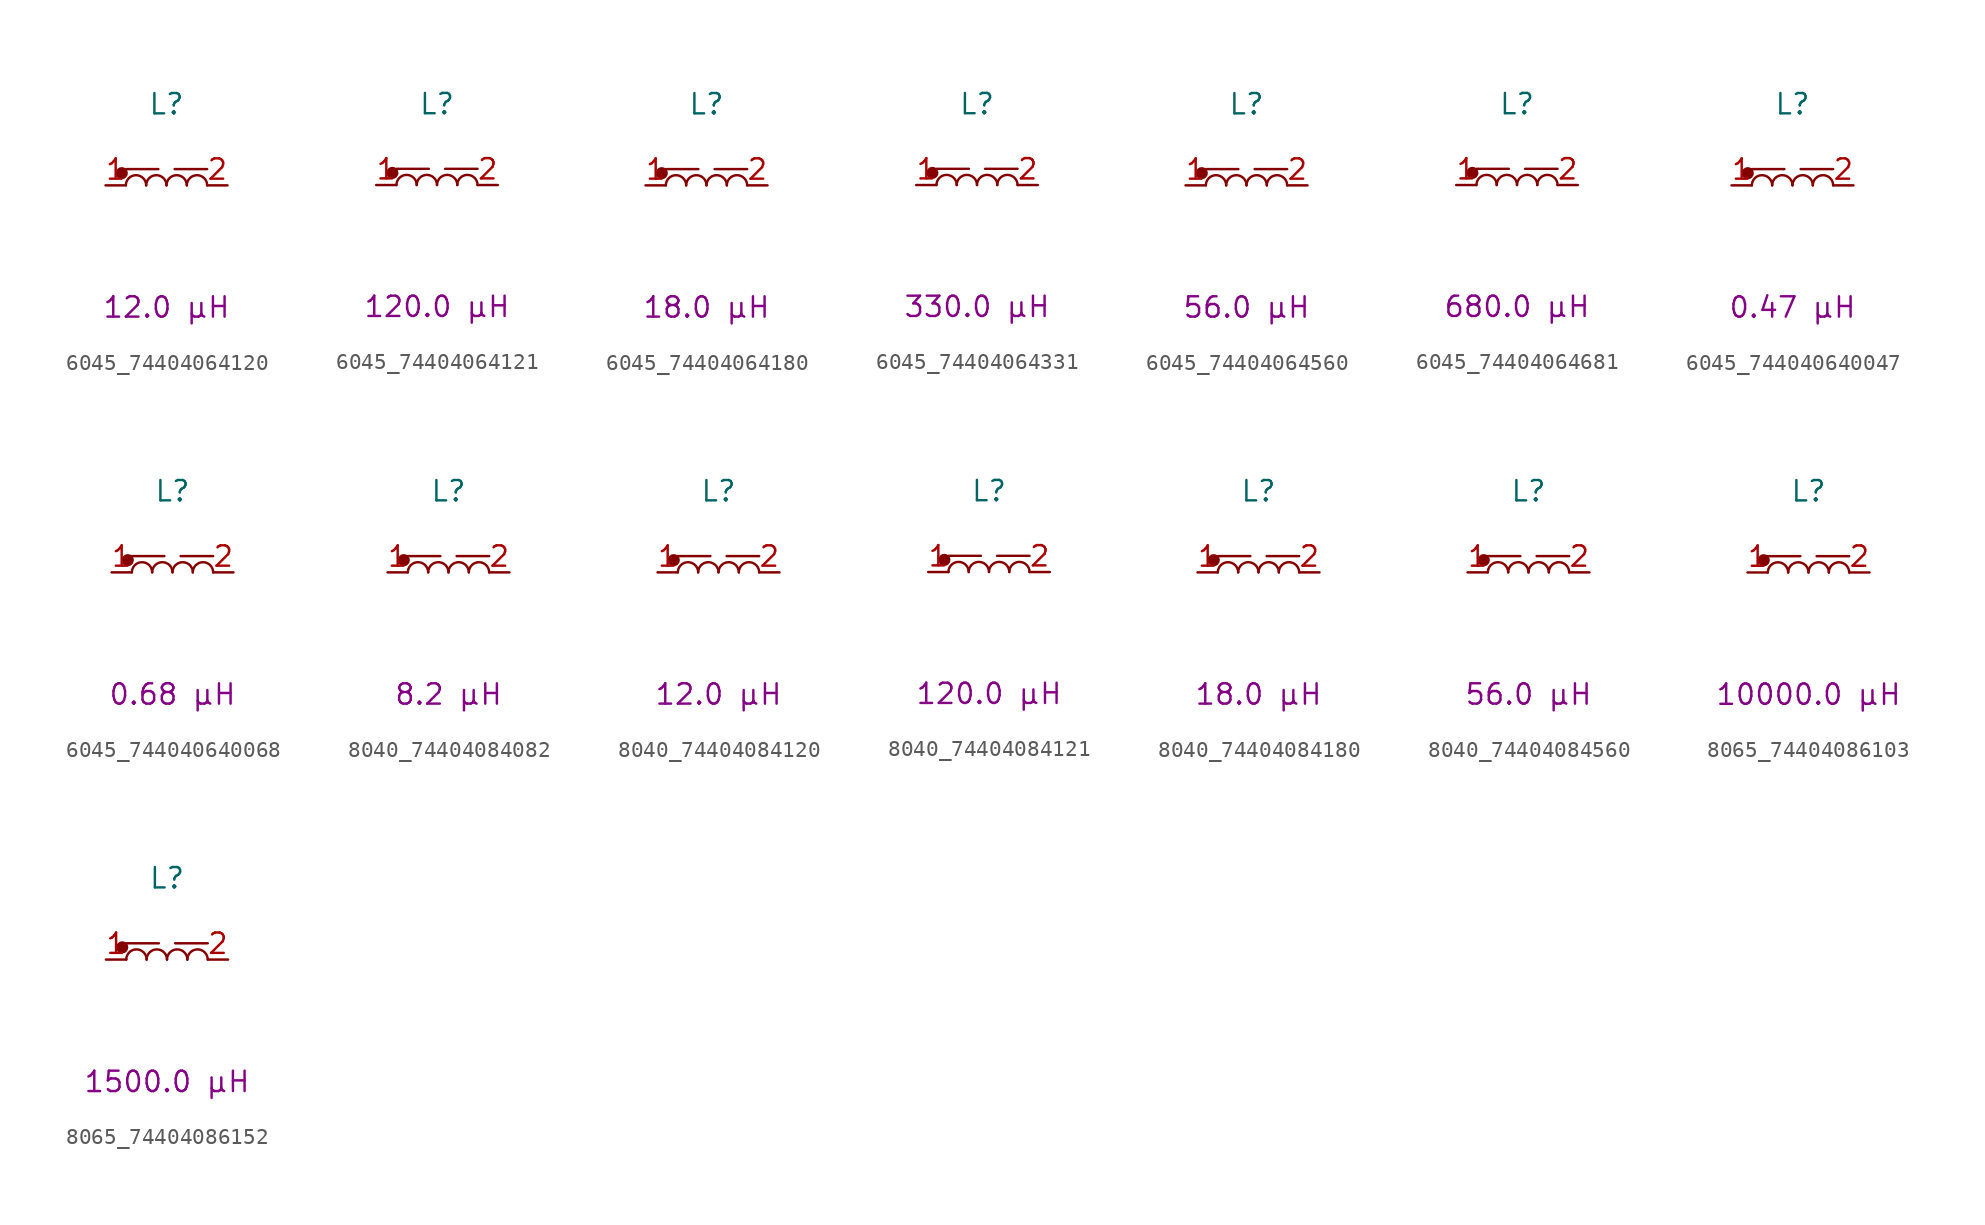
<source format=kicad_sym>
(kicad_symbol_lib
  (version 20220914)
  (generator kicad_symbol_editor)
  (symbol "6045_74404064120"
    (pin_names hide)
    (property "Reference" "L"
      (at 0 5.08 0)
      (effects (font (size 1.27 1.27))))
    (property "Critical Parameter" "12.0 µH"
      (at 0 -7.62 0)
      (effects (font (size 1.27 1.27))))
    (symbol "6045_74404064120_0_1"
      (arc (start -1.27 0) (mid -1.905 0.6323) (end -2.54 0) (stroke (width 0) (type default)) (fill (type none)))
      (arc (start 0 0) (mid -0.635 0.6323) (end -1.27 0) (stroke (width 0) (type default)) (fill (type none)))
      (polyline (pts (xy -2.54 1.016) (xy -0.508 1.016)) (stroke (width 0) (type default)) (fill (type none)))
      (arc (start 1.27 0) (mid 0.635 0.6323) (end 0 0) (stroke (width 0) (type default)) (fill (type none)))
      (arc (start 2.54 0) (mid 1.905 0.6323) (end 1.27 0) (stroke (width 0) (type default)) (fill (type none))))
    (symbol "6045_74404064120_1_1"
      (circle (center -2.794 0.762) (radius 0.0001) (stroke (width 0.381) (type default)) (fill (type none)))
      (polyline (pts (xy 2.54 1.016) (xy 0.508 1.016)) (stroke (width 0) (type default)) (fill (type none)))
      (pin passive line (at -3.81 0 0) (length 1.27) (name "1" (effects (font (size 1.27 1.27)))) (number "1" (effects (font (size 1.27 1.27)))))
      (pin passive line (at 3.81 0 180) (length 1.27) (name "2" (effects (font (size 1.27 1.27)))) (number "2" (effects (font (size 1.27 1.27)))))))
  (symbol "6045_74404064121"
    (pin_names hide)
    (property "Reference" "L"
      (at 0 5.08 0)
      (effects (font (size 1.27 1.27))))
    (property "Critical Parameter" "120.0 µH"
      (at 0 -7.62 0)
      (effects (font (size 1.27 1.27))))
    (symbol "6045_74404064121_0_1"
      (arc (start -1.27 0) (mid -1.905 0.6323) (end -2.54 0) (stroke (width 0) (type default)) (fill (type none)))
      (arc (start 0 0) (mid -0.635 0.6323) (end -1.27 0) (stroke (width 0) (type default)) (fill (type none)))
      (polyline (pts (xy -2.54 1.016) (xy -0.508 1.016)) (stroke (width 0) (type default)) (fill (type none)))
      (arc (start 1.27 0) (mid 0.635 0.6323) (end 0 0) (stroke (width 0) (type default)) (fill (type none)))
      (arc (start 2.54 0) (mid 1.905 0.6323) (end 1.27 0) (stroke (width 0) (type default)) (fill (type none))))
    (symbol "6045_74404064121_1_1"
      (circle (center -2.794 0.762) (radius 0.0001) (stroke (width 0.381) (type default)) (fill (type none)))
      (polyline (pts (xy 2.54 1.016) (xy 0.508 1.016)) (stroke (width 0) (type default)) (fill (type none)))
      (pin passive line (at -3.81 0 0) (length 1.27) (name "1" (effects (font (size 1.27 1.27)))) (number "1" (effects (font (size 1.27 1.27)))))
      (pin passive line (at 3.81 0 180) (length 1.27) (name "2" (effects (font (size 1.27 1.27)))) (number "2" (effects (font (size 1.27 1.27)))))))
  (symbol "6045_74404064180"
    (pin_names hide)
    (property "Reference" "L"
      (at 0 5.08 0)
      (effects (font (size 1.27 1.27))))
    (property "Critical Parameter" "18.0 µH"
      (at 0 -7.62 0)
      (effects (font (size 1.27 1.27))))
    (symbol "6045_74404064180_0_1"
      (arc (start -1.27 0) (mid -1.905 0.6323) (end -2.54 0) (stroke (width 0) (type default)) (fill (type none)))
      (arc (start 0 0) (mid -0.635 0.6323) (end -1.27 0) (stroke (width 0) (type default)) (fill (type none)))
      (polyline (pts (xy -2.54 1.016) (xy -0.508 1.016)) (stroke (width 0) (type default)) (fill (type none)))
      (arc (start 1.27 0) (mid 0.635 0.6323) (end 0 0) (stroke (width 0) (type default)) (fill (type none)))
      (arc (start 2.54 0) (mid 1.905 0.6323) (end 1.27 0) (stroke (width 0) (type default)) (fill (type none))))
    (symbol "6045_74404064180_1_1"
      (circle (center -2.794 0.762) (radius 0.0001) (stroke (width 0.381) (type default)) (fill (type none)))
      (polyline (pts (xy 2.54 1.016) (xy 0.508 1.016)) (stroke (width 0) (type default)) (fill (type none)))
      (pin passive line (at -3.81 0 0) (length 1.27) (name "1" (effects (font (size 1.27 1.27)))) (number "1" (effects (font (size 1.27 1.27)))))
      (pin passive line (at 3.81 0 180) (length 1.27) (name "2" (effects (font (size 1.27 1.27)))) (number "2" (effects (font (size 1.27 1.27)))))))
  (symbol "6045_74404064331"
    (pin_names hide)
    (property "Reference" "L"
      (at 0 5.08 0)
      (effects (font (size 1.27 1.27))))
    (property "Critical Parameter" "330.0 µH"
      (at 0 -7.62 0)
      (effects (font (size 1.27 1.27))))
    (symbol "6045_74404064331_0_1"
      (arc (start -1.27 0) (mid -1.905 0.6323) (end -2.54 0) (stroke (width 0) (type default)) (fill (type none)))
      (arc (start 0 0) (mid -0.635 0.6323) (end -1.27 0) (stroke (width 0) (type default)) (fill (type none)))
      (polyline (pts (xy -2.54 1.016) (xy -0.508 1.016)) (stroke (width 0) (type default)) (fill (type none)))
      (arc (start 1.27 0) (mid 0.635 0.6323) (end 0 0) (stroke (width 0) (type default)) (fill (type none)))
      (arc (start 2.54 0) (mid 1.905 0.6323) (end 1.27 0) (stroke (width 0) (type default)) (fill (type none))))
    (symbol "6045_74404064331_1_1"
      (circle (center -2.794 0.762) (radius 0.0001) (stroke (width 0.381) (type default)) (fill (type none)))
      (polyline (pts (xy 2.54 1.016) (xy 0.508 1.016)) (stroke (width 0) (type default)) (fill (type none)))
      (pin passive line (at -3.81 0 0) (length 1.27) (name "1" (effects (font (size 1.27 1.27)))) (number "1" (effects (font (size 1.27 1.27)))))
      (pin passive line (at 3.81 0 180) (length 1.27) (name "2" (effects (font (size 1.27 1.27)))) (number "2" (effects (font (size 1.27 1.27)))))))
  (symbol "6045_74404064560"
    (pin_names hide)
    (property "Reference" "L"
      (at 0 5.08 0)
      (effects (font (size 1.27 1.27))))
    (property "Critical Parameter" "56.0 µH"
      (at 0 -7.62 0)
      (effects (font (size 1.27 1.27))))
    (symbol "6045_74404064560_0_1"
      (arc (start -1.27 0) (mid -1.905 0.6323) (end -2.54 0) (stroke (width 0) (type default)) (fill (type none)))
      (arc (start 0 0) (mid -0.635 0.6323) (end -1.27 0) (stroke (width 0) (type default)) (fill (type none)))
      (polyline (pts (xy -2.54 1.016) (xy -0.508 1.016)) (stroke (width 0) (type default)) (fill (type none)))
      (arc (start 1.27 0) (mid 0.635 0.6323) (end 0 0) (stroke (width 0) (type default)) (fill (type none)))
      (arc (start 2.54 0) (mid 1.905 0.6323) (end 1.27 0) (stroke (width 0) (type default)) (fill (type none))))
    (symbol "6045_74404064560_1_1"
      (circle (center -2.794 0.762) (radius 0.0001) (stroke (width 0.381) (type default)) (fill (type none)))
      (polyline (pts (xy 2.54 1.016) (xy 0.508 1.016)) (stroke (width 0) (type default)) (fill (type none)))
      (pin passive line (at -3.81 0 0) (length 1.27) (name "1" (effects (font (size 1.27 1.27)))) (number "1" (effects (font (size 1.27 1.27)))))
      (pin passive line (at 3.81 0 180) (length 1.27) (name "2" (effects (font (size 1.27 1.27)))) (number "2" (effects (font (size 1.27 1.27)))))))
  (symbol "6045_74404064681"
    (pin_names hide)
    (property "Reference" "L"
      (at 0 5.08 0)
      (effects (font (size 1.27 1.27))))
    (property "Critical Parameter" "680.0 µH"
      (at 0 -7.62 0)
      (effects (font (size 1.27 1.27))))
    (symbol "6045_74404064681_0_1"
      (arc (start -1.27 0) (mid -1.905 0.6323) (end -2.54 0) (stroke (width 0) (type default)) (fill (type none)))
      (arc (start 0 0) (mid -0.635 0.6323) (end -1.27 0) (stroke (width 0) (type default)) (fill (type none)))
      (polyline (pts (xy -2.54 1.016) (xy -0.508 1.016)) (stroke (width 0) (type default)) (fill (type none)))
      (arc (start 1.27 0) (mid 0.635 0.6323) (end 0 0) (stroke (width 0) (type default)) (fill (type none)))
      (arc (start 2.54 0) (mid 1.905 0.6323) (end 1.27 0) (stroke (width 0) (type default)) (fill (type none))))
    (symbol "6045_74404064681_1_1"
      (circle (center -2.794 0.762) (radius 0.0001) (stroke (width 0.381) (type default)) (fill (type none)))
      (polyline (pts (xy 2.54 1.016) (xy 0.508 1.016)) (stroke (width 0) (type default)) (fill (type none)))
      (pin passive line (at -3.81 0 0) (length 1.27) (name "1" (effects (font (size 1.27 1.27)))) (number "1" (effects (font (size 1.27 1.27)))))
      (pin passive line (at 3.81 0 180) (length 1.27) (name "2" (effects (font (size 1.27 1.27)))) (number "2" (effects (font (size 1.27 1.27)))))))
  (symbol "6045_744040640047"
    (pin_names hide)
    (property "Reference" "L"
      (at 0 5.08 0)
      (effects (font (size 1.27 1.27))))
    (property "Critical Parameter" "0.47 µH"
      (at 0 -7.62 0)
      (effects (font (size 1.27 1.27))))
    (symbol "6045_744040640047_0_1"
      (arc (start -1.27 0) (mid -1.905 0.6323) (end -2.54 0) (stroke (width 0) (type default)) (fill (type none)))
      (arc (start 0 0) (mid -0.635 0.6323) (end -1.27 0) (stroke (width 0) (type default)) (fill (type none)))
      (polyline (pts (xy -2.54 1.016) (xy -0.508 1.016)) (stroke (width 0) (type default)) (fill (type none)))
      (arc (start 1.27 0) (mid 0.635 0.6323) (end 0 0) (stroke (width 0) (type default)) (fill (type none)))
      (arc (start 2.54 0) (mid 1.905 0.6323) (end 1.27 0) (stroke (width 0) (type default)) (fill (type none))))
    (symbol "6045_744040640047_1_1"
      (circle (center -2.794 0.762) (radius 0.0001) (stroke (width 0.381) (type default)) (fill (type none)))
      (polyline (pts (xy 2.54 1.016) (xy 0.508 1.016)) (stroke (width 0) (type default)) (fill (type none)))
      (pin passive line (at -3.81 0 0) (length 1.27) (name "1" (effects (font (size 1.27 1.27)))) (number "1" (effects (font (size 1.27 1.27)))))
      (pin passive line (at 3.81 0 180) (length 1.27) (name "2" (effects (font (size 1.27 1.27)))) (number "2" (effects (font (size 1.27 1.27)))))))
  (symbol "6045_744040640068"
    (pin_names hide)
    (property "Reference" "L"
      (at 0 5.08 0)
      (effects (font (size 1.27 1.27))))
    (property "Critical Parameter" "0.68 µH"
      (at 0 -7.62 0)
      (effects (font (size 1.27 1.27))))
    (symbol "6045_744040640068_0_1"
      (arc (start -1.27 0) (mid -1.905 0.6323) (end -2.54 0) (stroke (width 0) (type default)) (fill (type none)))
      (arc (start 0 0) (mid -0.635 0.6323) (end -1.27 0) (stroke (width 0) (type default)) (fill (type none)))
      (polyline (pts (xy -2.54 1.016) (xy -0.508 1.016)) (stroke (width 0) (type default)) (fill (type none)))
      (arc (start 1.27 0) (mid 0.635 0.6323) (end 0 0) (stroke (width 0) (type default)) (fill (type none)))
      (arc (start 2.54 0) (mid 1.905 0.6323) (end 1.27 0) (stroke (width 0) (type default)) (fill (type none))))
    (symbol "6045_744040640068_1_1"
      (circle (center -2.794 0.762) (radius 0.0001) (stroke (width 0.381) (type default)) (fill (type none)))
      (polyline (pts (xy 2.54 1.016) (xy 0.508 1.016)) (stroke (width 0) (type default)) (fill (type none)))
      (pin passive line (at -3.81 0 0) (length 1.27) (name "1" (effects (font (size 1.27 1.27)))) (number "1" (effects (font (size 1.27 1.27)))))
      (pin passive line (at 3.81 0 180) (length 1.27) (name "2" (effects (font (size 1.27 1.27)))) (number "2" (effects (font (size 1.27 1.27)))))))
  (symbol "8040_74404084082"
    (pin_names hide)
    (property "Reference" "L"
      (at 0 5.08 0)
      (effects (font (size 1.27 1.27))))
    (property "Critical Parameter" "8.2 µH"
      (at 0 -7.62 0)
      (effects (font (size 1.27 1.27))))
    (symbol "8040_74404084082_0_1"
      (arc (start -1.27 0) (mid -1.905 0.6323) (end -2.54 0) (stroke (width 0) (type default)) (fill (type none)))
      (arc (start 0 0) (mid -0.635 0.6323) (end -1.27 0) (stroke (width 0) (type default)) (fill (type none)))
      (polyline (pts (xy -2.54 1.016) (xy -0.508 1.016)) (stroke (width 0) (type default)) (fill (type none)))
      (arc (start 1.27 0) (mid 0.635 0.6323) (end 0 0) (stroke (width 0) (type default)) (fill (type none)))
      (arc (start 2.54 0) (mid 1.905 0.6323) (end 1.27 0) (stroke (width 0) (type default)) (fill (type none))))
    (symbol "8040_74404084082_1_1"
      (circle (center -2.794 0.762) (radius 0.0001) (stroke (width 0.381) (type default)) (fill (type none)))
      (polyline (pts (xy 2.54 1.016) (xy 0.508 1.016)) (stroke (width 0) (type default)) (fill (type none)))
      (pin passive line (at -3.81 0 0) (length 1.27) (name "1" (effects (font (size 1.27 1.27)))) (number "1" (effects (font (size 1.27 1.27)))))
      (pin passive line (at 3.81 0 180) (length 1.27) (name "2" (effects (font (size 1.27 1.27)))) (number "2" (effects (font (size 1.27 1.27)))))))
  (symbol "8040_74404084120"
    (pin_names hide)
    (property "Reference" "L"
      (at 0 5.08 0)
      (effects (font (size 1.27 1.27))))
    (property "Critical Parameter" "12.0 µH"
      (at 0 -7.62 0)
      (effects (font (size 1.27 1.27))))
    (symbol "8040_74404084120_0_1"
      (arc (start -1.27 0) (mid -1.905 0.6323) (end -2.54 0) (stroke (width 0) (type default)) (fill (type none)))
      (arc (start 0 0) (mid -0.635 0.6323) (end -1.27 0) (stroke (width 0) (type default)) (fill (type none)))
      (polyline (pts (xy -2.54 1.016) (xy -0.508 1.016)) (stroke (width 0) (type default)) (fill (type none)))
      (arc (start 1.27 0) (mid 0.635 0.6323) (end 0 0) (stroke (width 0) (type default)) (fill (type none)))
      (arc (start 2.54 0) (mid 1.905 0.6323) (end 1.27 0) (stroke (width 0) (type default)) (fill (type none))))
    (symbol "8040_74404084120_1_1"
      (circle (center -2.794 0.762) (radius 0.0001) (stroke (width 0.381) (type default)) (fill (type none)))
      (polyline (pts (xy 2.54 1.016) (xy 0.508 1.016)) (stroke (width 0) (type default)) (fill (type none)))
      (pin passive line (at -3.81 0 0) (length 1.27) (name "1" (effects (font (size 1.27 1.27)))) (number "1" (effects (font (size 1.27 1.27)))))
      (pin passive line (at 3.81 0 180) (length 1.27) (name "2" (effects (font (size 1.27 1.27)))) (number "2" (effects (font (size 1.27 1.27)))))))
  (symbol "8040_74404084121"
    (pin_names hide)
    (property "Reference" "L"
      (at 0 5.08 0)
      (effects (font (size 1.27 1.27))))
    (property "Critical Parameter" "120.0 µH"
      (at 0 -7.62 0)
      (effects (font (size 1.27 1.27))))
    (symbol "8040_74404084121_0_1"
      (arc (start -1.27 0) (mid -1.905 0.6323) (end -2.54 0) (stroke (width 0) (type default)) (fill (type none)))
      (arc (start 0 0) (mid -0.635 0.6323) (end -1.27 0) (stroke (width 0) (type default)) (fill (type none)))
      (polyline (pts (xy -2.54 1.016) (xy -0.508 1.016)) (stroke (width 0) (type default)) (fill (type none)))
      (arc (start 1.27 0) (mid 0.635 0.6323) (end 0 0) (stroke (width 0) (type default)) (fill (type none)))
      (arc (start 2.54 0) (mid 1.905 0.6323) (end 1.27 0) (stroke (width 0) (type default)) (fill (type none))))
    (symbol "8040_74404084121_1_1"
      (circle (center -2.794 0.762) (radius 0.0001) (stroke (width 0.381) (type default)) (fill (type none)))
      (polyline (pts (xy 2.54 1.016) (xy 0.508 1.016)) (stroke (width 0) (type default)) (fill (type none)))
      (pin passive line (at -3.81 0 0) (length 1.27) (name "1" (effects (font (size 1.27 1.27)))) (number "1" (effects (font (size 1.27 1.27)))))
      (pin passive line (at 3.81 0 180) (length 1.27) (name "2" (effects (font (size 1.27 1.27)))) (number "2" (effects (font (size 1.27 1.27)))))))
  (symbol "8040_74404084180"
    (pin_names hide)
    (property "Reference" "L"
      (at 0 5.08 0)
      (effects (font (size 1.27 1.27))))
    (property "Critical Parameter" "18.0 µH"
      (at 0 -7.62 0)
      (effects (font (size 1.27 1.27))))
    (symbol "8040_74404084180_0_1"
      (arc (start -1.27 0) (mid -1.905 0.6323) (end -2.54 0) (stroke (width 0) (type default)) (fill (type none)))
      (arc (start 0 0) (mid -0.635 0.6323) (end -1.27 0) (stroke (width 0) (type default)) (fill (type none)))
      (polyline (pts (xy -2.54 1.016) (xy -0.508 1.016)) (stroke (width 0) (type default)) (fill (type none)))
      (arc (start 1.27 0) (mid 0.635 0.6323) (end 0 0) (stroke (width 0) (type default)) (fill (type none)))
      (arc (start 2.54 0) (mid 1.905 0.6323) (end 1.27 0) (stroke (width 0) (type default)) (fill (type none))))
    (symbol "8040_74404084180_1_1"
      (circle (center -2.794 0.762) (radius 0.0001) (stroke (width 0.381) (type default)) (fill (type none)))
      (polyline (pts (xy 2.54 1.016) (xy 0.508 1.016)) (stroke (width 0) (type default)) (fill (type none)))
      (pin passive line (at -3.81 0 0) (length 1.27) (name "1" (effects (font (size 1.27 1.27)))) (number "1" (effects (font (size 1.27 1.27)))))
      (pin passive line (at 3.81 0 180) (length 1.27) (name "2" (effects (font (size 1.27 1.27)))) (number "2" (effects (font (size 1.27 1.27)))))))
  (symbol "8040_74404084560"
    (pin_names hide)
    (property "Reference" "L"
      (at 0 5.08 0)
      (effects (font (size 1.27 1.27))))
    (property "Critical Parameter" "56.0 µH"
      (at 0 -7.62 0)
      (effects (font (size 1.27 1.27))))
    (symbol "8040_74404084560_0_1"
      (arc (start -1.27 0) (mid -1.905 0.6323) (end -2.54 0) (stroke (width 0) (type default)) (fill (type none)))
      (arc (start 0 0) (mid -0.635 0.6323) (end -1.27 0) (stroke (width 0) (type default)) (fill (type none)))
      (polyline (pts (xy -2.54 1.016) (xy -0.508 1.016)) (stroke (width 0) (type default)) (fill (type none)))
      (arc (start 1.27 0) (mid 0.635 0.6323) (end 0 0) (stroke (width 0) (type default)) (fill (type none)))
      (arc (start 2.54 0) (mid 1.905 0.6323) (end 1.27 0) (stroke (width 0) (type default)) (fill (type none))))
    (symbol "8040_74404084560_1_1"
      (circle (center -2.794 0.762) (radius 0.0001) (stroke (width 0.381) (type default)) (fill (type none)))
      (polyline (pts (xy 2.54 1.016) (xy 0.508 1.016)) (stroke (width 0) (type default)) (fill (type none)))
      (pin passive line (at -3.81 0 0) (length 1.27) (name "1" (effects (font (size 1.27 1.27)))) (number "1" (effects (font (size 1.27 1.27)))))
      (pin passive line (at 3.81 0 180) (length 1.27) (name "2" (effects (font (size 1.27 1.27)))) (number "2" (effects (font (size 1.27 1.27)))))))
  (symbol "8065_74404086103"
    (pin_names hide)
    (property "Reference" "L"
      (at 0 5.08 0)
      (effects (font (size 1.27 1.27))))
    (property "Critical Parameter" "10000.0 µH"
      (at 0 -7.62 0)
      (effects (font (size 1.27 1.27))))
    (symbol "8065_74404086103_0_1"
      (arc (start -1.27 0) (mid -1.905 0.6323) (end -2.54 0) (stroke (width 0) (type default)) (fill (type none)))
      (arc (start 0 0) (mid -0.635 0.6323) (end -1.27 0) (stroke (width 0) (type default)) (fill (type none)))
      (polyline (pts (xy -2.54 1.016) (xy -0.508 1.016)) (stroke (width 0) (type default)) (fill (type none)))
      (arc (start 1.27 0) (mid 0.635 0.6323) (end 0 0) (stroke (width 0) (type default)) (fill (type none)))
      (arc (start 2.54 0) (mid 1.905 0.6323) (end 1.27 0) (stroke (width 0) (type default)) (fill (type none))))
    (symbol "8065_74404086103_1_1"
      (circle (center -2.794 0.762) (radius 0.0001) (stroke (width 0.381) (type default)) (fill (type none)))
      (polyline (pts (xy 2.54 1.016) (xy 0.508 1.016)) (stroke (width 0) (type default)) (fill (type none)))
      (pin passive line (at -3.81 0 0) (length 1.27) (name "1" (effects (font (size 1.27 1.27)))) (number "1" (effects (font (size 1.27 1.27)))))
      (pin passive line (at 3.81 0 180) (length 1.27) (name "2" (effects (font (size 1.27 1.27)))) (number "2" (effects (font (size 1.27 1.27)))))))
  (symbol "8065_74404086152"
    (pin_names hide)
    (property "Reference" "L"
      (at 0 5.08 0)
      (effects (font (size 1.27 1.27))))
    (property "Critical Parameter" "1500.0 µH"
      (at 0 -7.62 0)
      (effects (font (size 1.27 1.27))))
    (symbol "8065_74404086152_0_1"
      (arc (start -1.27 0) (mid -1.905 0.6323) (end -2.54 0) (stroke (width 0) (type default)) (fill (type none)))
      (arc (start 0 0) (mid -0.635 0.6323) (end -1.27 0) (stroke (width 0) (type default)) (fill (type none)))
      (polyline (pts (xy -2.54 1.016) (xy -0.508 1.016)) (stroke (width 0) (type default)) (fill (type none)))
      (arc (start 1.27 0) (mid 0.635 0.6323) (end 0 0) (stroke (width 0) (type default)) (fill (type none)))
      (arc (start 2.54 0) (mid 1.905 0.6323) (end 1.27 0) (stroke (width 0) (type default)) (fill (type none))))
    (symbol "8065_74404086152_1_1"
      (circle (center -2.794 0.762) (radius 0.0001) (stroke (width 0.381) (type default)) (fill (type none)))
      (polyline (pts (xy 2.54 1.016) (xy 0.508 1.016)) (stroke (width 0) (type default)) (fill (type none)))
      (pin passive line (at -3.81 0 0) (length 1.27) (name "1" (effects (font (size 1.27 1.27)))) (number "1" (effects (font (size 1.27 1.27)))))
      (pin passive line (at 3.81 0 180) (length 1.27) (name "2" (effects (font (size 1.27 1.27)))) (number "2" (effects (font (size 1.27 1.27))))))))
</source>
